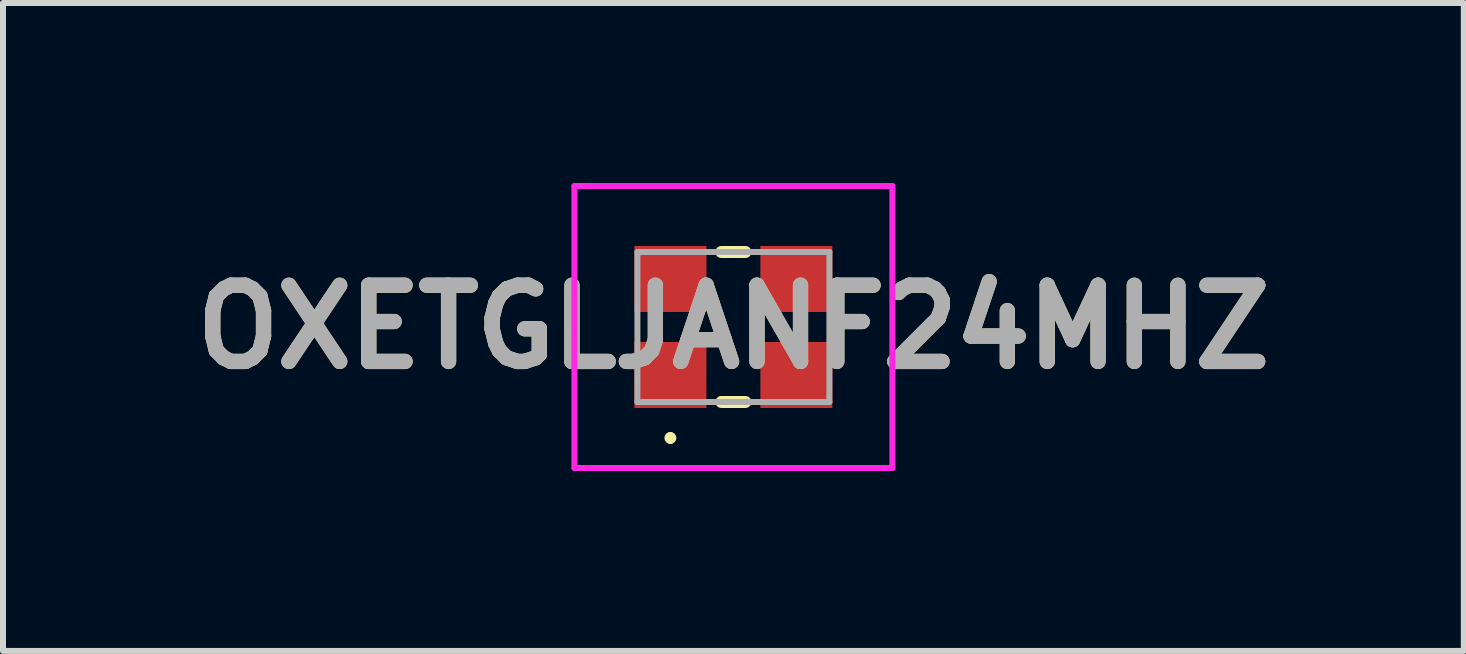
<source format=kicad_pcb>
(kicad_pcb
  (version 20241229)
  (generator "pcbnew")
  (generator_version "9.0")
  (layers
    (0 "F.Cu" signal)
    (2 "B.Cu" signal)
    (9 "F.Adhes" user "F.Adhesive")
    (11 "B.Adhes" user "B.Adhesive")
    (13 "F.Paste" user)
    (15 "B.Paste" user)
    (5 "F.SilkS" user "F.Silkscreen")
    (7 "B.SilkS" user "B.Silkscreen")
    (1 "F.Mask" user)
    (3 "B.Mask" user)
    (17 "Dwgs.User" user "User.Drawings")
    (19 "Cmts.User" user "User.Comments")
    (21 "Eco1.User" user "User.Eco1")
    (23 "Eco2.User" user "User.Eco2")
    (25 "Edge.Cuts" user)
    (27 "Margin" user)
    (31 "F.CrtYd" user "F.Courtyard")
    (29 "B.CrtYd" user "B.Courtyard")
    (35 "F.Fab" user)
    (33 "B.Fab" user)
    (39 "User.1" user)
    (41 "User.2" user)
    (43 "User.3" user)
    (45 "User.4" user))
  (footprint "OXETGLJANF24MHZ"
    (layer "F.Cu")
    (at 9.174 2.4)
    (property "Reference" "OXETGLJANF24MHZ" (at 0 0 0) (layer "F.SilkS") (effects (font (size 1.27 1.27) (thickness 0.254))))
    (attr smd)
    (fp_line (start -1.05 1.8) (end -1.05 1.8) (stroke (width 0.1) (type solid)) (layer "F.SilkS"))
    (fp_line (start -1.05 1.9) (end -1.05 1.9) (stroke (width 0.1) (type solid)) (layer "F.SilkS"))
    (fp_line (start -0.2 -1.25) (end 0.2 -1.25) (stroke (width 0.2) (type solid)) (layer "F.SilkS"))
    (fp_line (start -0.2 1.25) (end 0.2 1.25) (stroke (width 0.2) (type solid)) (layer "F.SilkS"))
    (fp_arc (start -1.05 1.8) (mid -1 1.85) (end -1.05 1.9) (stroke (width 0.1) (type solid)) (layer "F.SilkS"))
    (fp_arc (start -1.05 1.9) (mid -1.1 1.85) (end -1.05 1.8) (stroke (width 0.1) (type solid)) (layer "F.SilkS"))
    (fp_line (start -2.65 -2.35) (end 2.65 -2.35) (stroke (width 0.1) (type solid)) (layer "F.CrtYd"))
    (fp_line (start -2.65 2.35) (end -2.65 -2.35) (stroke (width 0.1) (type solid)) (layer "F.CrtYd"))
    (fp_line (start 2.65 -2.35) (end 2.65 2.35) (stroke (width 0.1) (type solid)) (layer "F.CrtYd"))
    (fp_line (start 2.65 2.35) (end -2.65 2.35) (stroke (width 0.1) (type solid)) (layer "F.CrtYd"))
    (fp_line (start -1.6 -1.25) (end 1.6 -1.25) (stroke (width 0.1) (type solid)) (layer "F.Fab"))
    (fp_line (start -1.6 1.25) (end -1.6 -1.25) (stroke (width 0.1) (type solid)) (layer "F.Fab"))
    (fp_line (start 1.6 -1.25) (end 1.6 1.25) (stroke (width 0.1) (type solid)) (layer "F.Fab"))
    (fp_line (start 1.6 1.25) (end -1.6 1.25) (stroke (width 0.1) (type solid)) (layer "F.Fab"))
    (fp_text user "${REFERENCE}" (at 0 0 0) (layer "F.Fab") (effects (font (size 1.27 1.27) (thickness 0.254))))
    (pad "1" smd rect (at -1.05 0.8 90) (size 1.1 1.2) (layers "F.Cu" "F.Mask" "F.Paste"))
    (pad "2" smd rect (at 1.05 0.8 90) (size 1.1 1.2) (layers "F.Cu" "F.Mask" "F.Paste"))
    (pad "3" smd rect (at 1.05 -0.8 90) (size 1.1 1.2) (layers "F.Cu" "F.Mask" "F.Paste"))
    (pad "4" smd rect (at -1.05 -0.8 90) (size 1.1 1.2) (layers "F.Cu" "F.Mask" "F.Paste")))
  (gr_rect
    (start -3 -3)
    (end 21.348 7.8)
    (stroke (width 0.1) (type default))
    (fill no)
    (layer "Edge.Cuts")))
</source>
